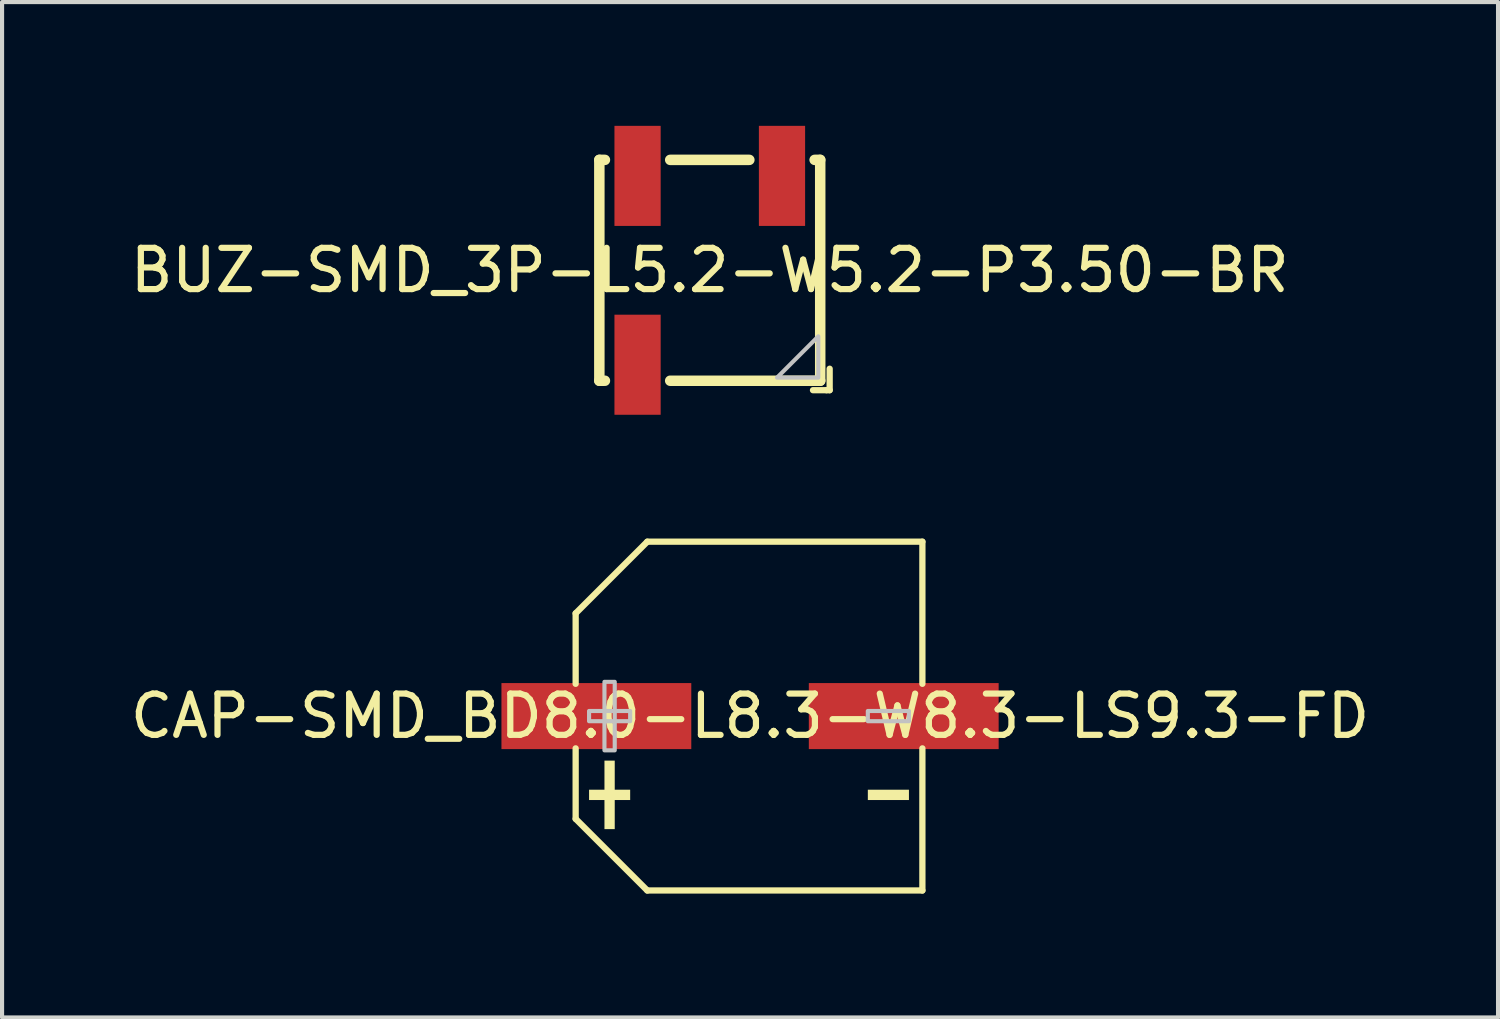
<source format=kicad_pcb>
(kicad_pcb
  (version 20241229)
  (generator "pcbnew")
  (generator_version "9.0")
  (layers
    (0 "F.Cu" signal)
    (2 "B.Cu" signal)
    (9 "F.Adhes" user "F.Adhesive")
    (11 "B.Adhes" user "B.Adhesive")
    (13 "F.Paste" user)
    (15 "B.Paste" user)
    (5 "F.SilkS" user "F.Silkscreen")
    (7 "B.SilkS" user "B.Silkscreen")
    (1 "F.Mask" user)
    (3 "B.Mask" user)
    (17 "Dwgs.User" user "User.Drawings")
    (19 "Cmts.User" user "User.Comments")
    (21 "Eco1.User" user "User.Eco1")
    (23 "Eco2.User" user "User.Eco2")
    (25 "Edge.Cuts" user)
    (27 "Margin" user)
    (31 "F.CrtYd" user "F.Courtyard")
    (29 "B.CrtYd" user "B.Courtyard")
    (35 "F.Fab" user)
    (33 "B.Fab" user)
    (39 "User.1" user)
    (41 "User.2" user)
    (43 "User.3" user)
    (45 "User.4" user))
  (footprint "CAP-SMD_BD8.0-L8.3-W8.3-LS9.3-FD"
    (layer "F.Cu")
    (at 15.125 14.302)
    (property "Reference" "CAP-SMD_BD8.0-L8.3-W8.3-LS9.3-FD" (at 0 0 0) (layer "F.SilkS") (effects (font (size 1 1) (thickness 0.15))))
    (fp_line (start -4.226 -2.49) (end -4.226 -0.782) (stroke (width 0.152) (type default)) (layer "F.SilkS"))
    (fp_line (start -4.226 2.49) (end -4.226 0.782) (stroke (width 0.152) (type default)) (layer "F.SilkS"))
    (fp_line (start -2.49 -4.226) (end -4.226 -2.49) (stroke (width 0.152) (type default)) (layer "F.SilkS"))
    (fp_line (start -2.49 4.226) (end -4.226 2.49) (stroke (width 0.152) (type default)) (layer "F.SilkS"))
    (fp_line (start 4.176 -4.226) (end -2.49 -4.226) (stroke (width 0.152) (type default)) (layer "F.SilkS"))
    (fp_line (start 4.176 -0.782) (end 4.176 -4.226) (stroke (width 0.152) (type default)) (layer "F.SilkS"))
    (fp_line (start 4.176 0.782) (end 4.176 4.226) (stroke (width 0.152) (type default)) (layer "F.SilkS"))
    (fp_line (start 4.176 4.226) (end -2.49 4.226) (stroke (width 0.152) (type default)) (layer "F.SilkS"))
    (fp_poly (pts (xy -3.901 1.784) (xy -3.901 2.034) (xy -2.905 2.034) (xy -2.905 1.784)) (stroke (width 0) (type default)) (fill yes) (layer "F.SilkS"))
    (fp_poly (pts (xy -3.528 1.079) (xy -3.528 2.739) (xy -3.279 2.739) (xy -3.279 1.079)) (stroke (width 0) (type default)) (fill yes) (layer "F.SilkS"))
    (fp_poly (pts (xy 3.85 1.784) (xy 3.85 2.034) (xy 2.854 2.034) (xy 2.854 1.784)) (stroke (width 0) (type default)) (fill yes) (layer "F.SilkS"))
    (fp_poly (pts (xy -3.901 -0.124) (xy -3.901 0.124) (xy -2.905 0.124) (xy -2.905 -0.124)) (stroke (width 0.1) (type default)) (fill no) (layer "Dwgs.User"))
    (fp_poly (pts (xy -3.528 -0.83) (xy -3.528 0.83) (xy -3.279 0.83) (xy -3.279 -0.83)) (stroke (width 0.1) (type default)) (fill no) (layer "Dwgs.User"))
    (fp_poly (pts (xy 3.85 -0.124) (xy 3.85 0.124) (xy 2.854 0.124) (xy 2.854 -0.124)) (stroke (width 0.1) (type default)) (fill no) (layer "Dwgs.User"))
    (fp_poly (pts (xy -4.676 -0.65) (xy -1.776 -0.65) (xy -1.776 0.65) (xy -4.676 0.65)) (stroke (width 0.1) (type default)) (fill no) (layer "User.1"))
    (fp_poly (pts (xy 1.728 -0.65) (xy 4.628 -0.65) (xy 4.628 0.65) (xy 1.728 0.65)) (stroke (width 0.1) (type default)) (fill no) (layer "User.1"))
    (fp_line (start -4.176 -2.3) (end -2.325 -4.149) (stroke (width 0.051) (type default)) (layer "User.2"))
    (fp_line (start -4.176 2.294) (end -4.176 -2.3) (stroke (width 0.051) (type default)) (layer "User.2"))
    (fp_line (start -2.325 -4.149) (end -2.321 -4.148) (stroke (width 0.051) (type default)) (layer "User.2"))
    (fp_line (start -2.324 4.148) (end -4.176 2.294) (stroke (width 0.051) (type default)) (layer "User.2"))
    (fp_line (start -2.321 -4.148) (end 4.128 -4.148) (stroke (width 0.051) (type default)) (layer "User.2"))
    (fp_line (start 4.127 4.152) (end -2.324 4.148) (stroke (width 0.051) (type default)) (layer "User.2"))
    (fp_line (start 4.128 -4.148) (end 4.127 4.152) (stroke (width 0.051) (type default)) (layer "User.2"))
    (fp_poly (pts (xy -4.616 4.152) (xy -4.634 4.109) (xy -4.676 4.091) (xy -4.718 4.109) (xy -4.736 4.152) (xy -4.718 4.194) (xy -4.676 4.212) (xy -4.634 4.194)) (stroke (width 0.1) (type default)) (fill no) (layer "User.3"))
    (pad "1" smd rect (at -3.724 0) (size 4.6 1.6) (layers "F.Cu" "F.Mask" "F.Paste"))
    (pad "2" smd rect (at 3.724 0) (size 4.6 1.6) (layers "F.Cu" "F.Mask" "F.Paste")))
  (footprint "BUZ-SMD_3P-L5.2-W5.2-P3.50-BR"
    (layer "F.Cu")
    (at 14.149 3.5)
    (property "Reference" "BUZ-SMD_3P-L5.2-W5.2-P3.50-BR" (at 0 0 0) (layer "F.SilkS") (effects (font (size 1 1) (thickness 0.15))))
    (fp_line (start -2.676 -2.676) (end -2.676 2.676) (stroke (width 0.152) (type default)) (layer "F.SilkS"))
    (fp_line (start -2.676 -2.676) (end -2.676 2.676) (stroke (width 0.254) (type default)) (layer "F.SilkS"))
    (fp_line (start -2.676 2.676) (end -2.541 2.676) (stroke (width 0.254) (type default)) (layer "F.SilkS"))
    (fp_line (start -2.676 2.676) (end -2.501 2.676) (stroke (width 0.152) (type default)) (layer "F.SilkS"))
    (fp_line (start -2.541 -2.676) (end -2.676 -2.676) (stroke (width 0.254) (type default)) (layer "F.SilkS"))
    (fp_line (start -2.501 -2.676) (end -2.676 -2.676) (stroke (width 0.152) (type default)) (layer "F.SilkS"))
    (fp_line (start -0.959 2.676) (end 2.676 2.676) (stroke (width 0.254) (type default)) (layer "F.SilkS"))
    (fp_line (start 0.959 -2.676) (end -0.959 -2.676) (stroke (width 0.254) (type default)) (layer "F.SilkS"))
    (fp_line (start 2.501 -2.676) (end 2.676 -2.676) (stroke (width 0.152) (type default)) (layer "F.SilkS"))
    (fp_line (start 2.501 2.905) (end 2.829 2.905) (stroke (width 0.152) (type default)) (layer "F.SilkS"))
    (fp_line (start 2.676 -2.676) (end 2.541 -2.676) (stroke (width 0.254) (type default)) (layer "F.SilkS"))
    (fp_line (start 2.676 -2.676) (end 2.676 2.676) (stroke (width 0.152) (type default)) (layer "F.SilkS"))
    (fp_line (start 2.676 2.676) (end 2.501 2.676) (stroke (width 0.152) (type default)) (layer "F.SilkS"))
    (fp_line (start 2.676 2.676) (end 2.676 -2.676) (stroke (width 0.254) (type default)) (layer "F.SilkS"))
    (fp_line (start 2.829 2.905) (end 2.905 2.905) (stroke (width 0.152) (type default)) (layer "F.SilkS"))
    (fp_line (start 2.905 2.905) (end 2.905 2.385) (stroke (width 0.152) (type default)) (layer "F.SilkS"))
    (fp_poly (pts (xy 2.63 1.6) (xy 2.63 2.6) (xy 1.63 2.6)) (stroke (width 0.1) (type default)) (fill no) (layer "Dwgs.User"))
    (fp_poly (pts (xy -1.35 -2.6) (xy -1.35 -1.1) (xy -2.15 -1.1) (xy -2.15 -2.6)) (stroke (width 0.1) (type default)) (fill no) (layer "User.1"))
    (fp_poly (pts (xy -1.35 2.6) (xy -1.35 1.1) (xy -2.15 1.1) (xy -2.15 2.6)) (stroke (width 0.1) (type default)) (fill no) (layer "User.1"))
    (fp_poly (pts (xy 2.15 -2.6) (xy 2.15 -1.1) (xy 1.35 -1.1) (xy 1.35 -2.6)) (stroke (width 0.1) (type default)) (fill no) (layer "User.1"))
    (fp_line (start -2.6 -2.6) (end 2.6 -2.6) (stroke (width 0.051) (type default)) (layer "User.2"))
    (fp_line (start -2.6 2.6) (end -2.6 -2.6) (stroke (width 0.051) (type default)) (layer "User.2"))
    (fp_line (start 1.63 2.6) (end -2.6 2.6) (stroke (width 0.051) (type default)) (layer "User.2"))
    (fp_line (start 2.6 -2.6) (end 2.63 1.6) (stroke (width 0.051) (type default)) (layer "User.2"))
    (fp_line (start 2.63 1.6) (end 1.63 2.6) (stroke (width 0.051) (type default)) (layer "User.2"))
    (fp_poly (pts (xy 2.66 -2.6) (xy 2.642 -2.642) (xy 2.6 -2.66) (xy 2.558 -2.642) (xy 2.54 -2.6) (xy 2.558 -2.558) (xy 2.6 -2.54) (xy 2.642 -2.558)) (stroke (width 0.1) (type default)) (fill no) (layer "User.3"))
    (pad "1" smd rect (at 1.75 -2.288 180) (size 1.12 2.425) (layers "F.Cu" "F.Mask" "F.Paste"))
    (pad "2" smd rect (at -1.75 -2.288 180) (size 1.12 2.425) (layers "F.Cu" "F.Mask" "F.Paste"))
    (pad "3" smd rect (at -1.75 2.288 180) (size 1.12 2.425) (layers "F.Cu" "F.Mask" "F.Paste")))
  (gr_rect
    (start -3 -3)
    (end 33.25 21.605)
    (stroke (width 0.1) (type default))
    (fill no)
    (layer "Edge.Cuts")))
</source>
